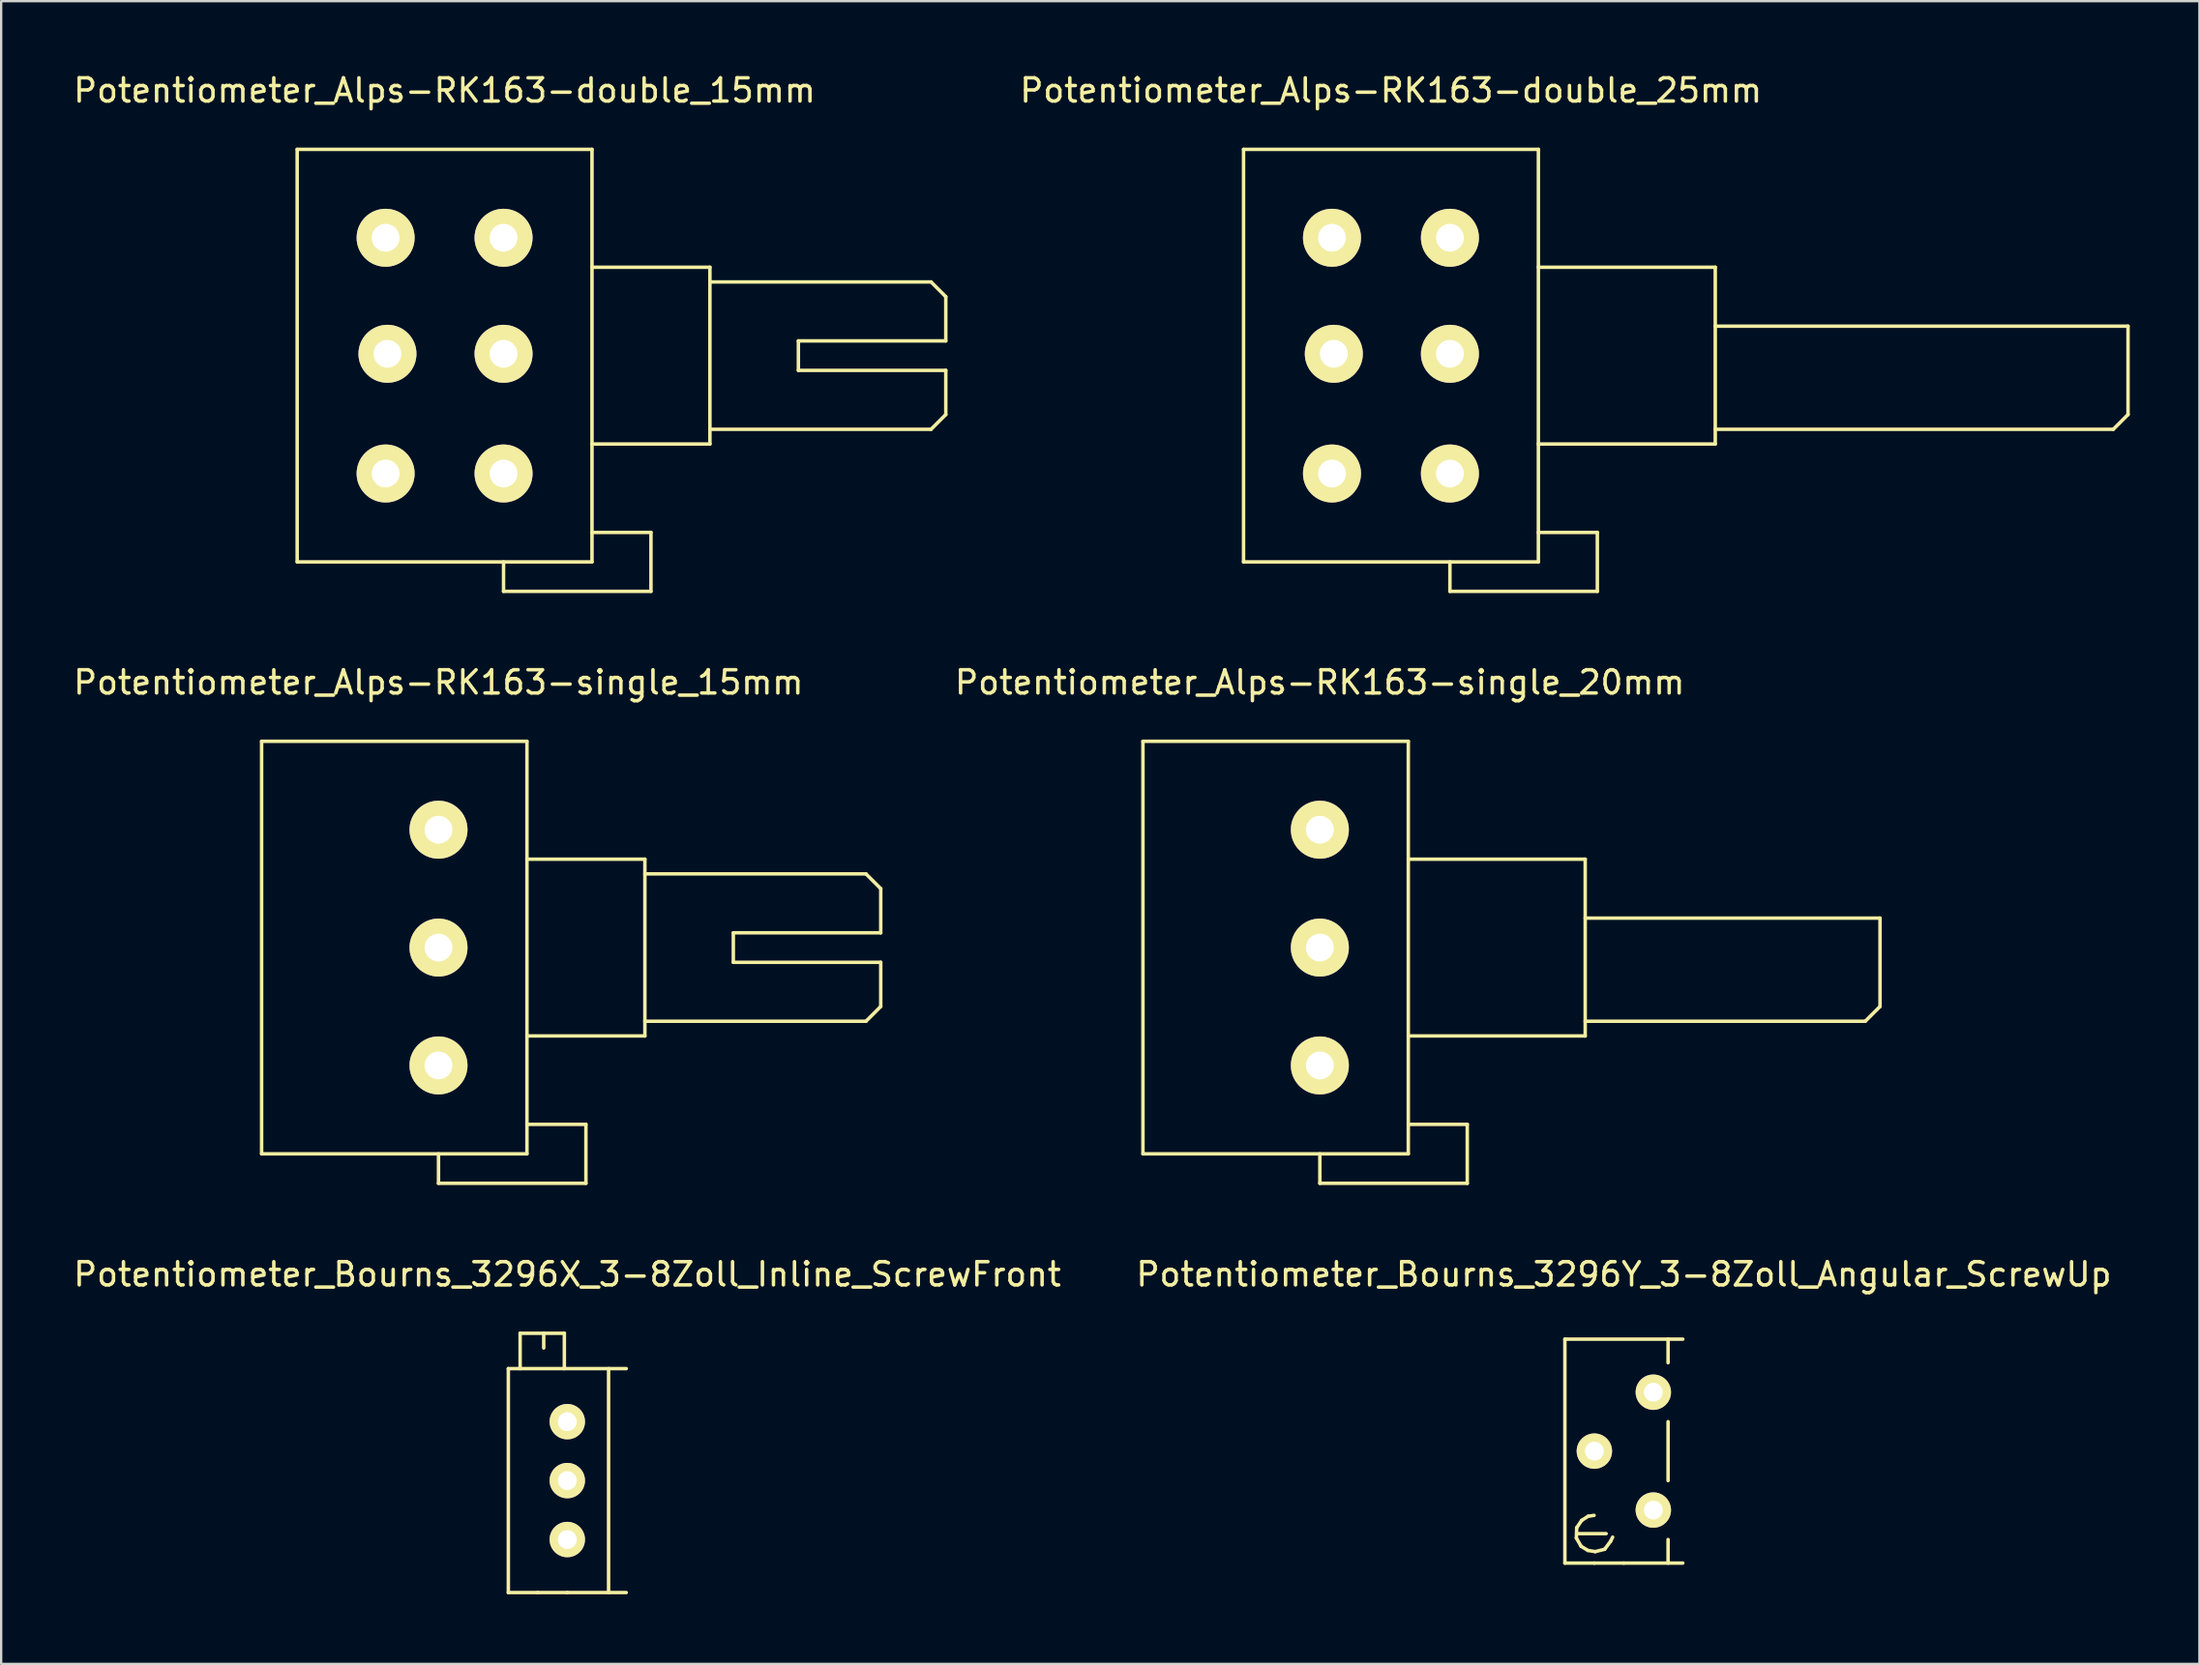
<source format=kicad_pcb>
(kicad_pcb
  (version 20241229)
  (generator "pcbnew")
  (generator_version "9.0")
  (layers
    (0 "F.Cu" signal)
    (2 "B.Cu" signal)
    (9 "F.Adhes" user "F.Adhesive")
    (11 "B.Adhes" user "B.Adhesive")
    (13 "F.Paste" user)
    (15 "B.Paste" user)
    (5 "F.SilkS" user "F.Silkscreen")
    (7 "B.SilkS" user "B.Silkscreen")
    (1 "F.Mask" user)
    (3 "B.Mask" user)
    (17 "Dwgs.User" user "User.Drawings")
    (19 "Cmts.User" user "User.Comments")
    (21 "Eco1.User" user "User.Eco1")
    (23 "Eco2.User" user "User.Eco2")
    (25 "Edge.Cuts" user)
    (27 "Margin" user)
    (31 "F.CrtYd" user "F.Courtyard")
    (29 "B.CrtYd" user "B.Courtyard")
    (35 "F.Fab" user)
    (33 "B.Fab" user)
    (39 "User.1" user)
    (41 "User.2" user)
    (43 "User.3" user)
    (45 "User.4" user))
  (footprint "Potentiometer_Bourns_3296X_3-8Zoll_Inline_ScrewFront"
    (layer "F.Cu")
    (at 21.387 63.305)
    (property "Reference" "Potentiometer_Bourns_3296X_3-8Zoll_Inline_ScrewFront" (at 0 -11.43 0) (layer "F.SilkS") (effects (font (size 1 1) (thickness 0.15))))
    (attr through_hole)
    (fp_line (start -2.54 -7.366) (end 2.54 -7.366) (stroke (width 0.15) (type solid)) (layer "F.SilkS"))
    (fp_line (start -2.54 2.286) (end -2.54 -7.366) (stroke (width 0.15) (type solid)) (layer "F.SilkS"))
    (fp_line (start -2.032 -8.89) (end -0.127 -8.89) (stroke (width 0.15) (type solid)) (layer "F.SilkS"))
    (fp_line (start -2.032 -7.366) (end -2.032 -8.89) (stroke (width 0.15) (type solid)) (layer "F.SilkS"))
    (fp_line (start -1.27 2.286) (end -2.54 2.286) (stroke (width 0.15) (type solid)) (layer "F.SilkS"))
    (fp_line (start -1.016 -8.89) (end -1.016 -8.255) (stroke (width 0.15) (type solid)) (layer "F.SilkS"))
    (fp_line (start -0.127 -8.89) (end -0.127 -7.366) (stroke (width 0.15) (type solid)) (layer "F.SilkS"))
    (fp_line (start 0 2.286) (end -1.27 2.286) (stroke (width 0.15) (type solid)) (layer "F.SilkS"))
    (fp_line (start 1.778 -7.366) (end 1.778 2.286) (stroke (width 0.15) (type solid)) (layer "F.SilkS"))
    (fp_line (start 2.54 2.286) (end 0 2.286) (stroke (width 0.15) (type solid)) (layer "F.SilkS"))
    (pad "1" thru_hole circle (at 0 0) (size 1.524 1.524) (drill 0.813) (layers "*.Cu" "*.Mask" "F.SilkS"))
    (pad "2" thru_hole circle (at 0 -2.54) (size 1.524 1.524) (drill 0.813) (layers "*.Cu" "*.Mask" "F.SilkS"))
    (pad "3" thru_hole circle (at 0 -5.08) (size 1.524 1.524) (drill 0.813) (layers "*.Cu" "*.Mask" "F.SilkS")))
  (footprint "Potentiometer_Alps-RK163-single_15mm"
    (layer "F.Cu")
    (at 15.839 42.871)
    (property "Reference" "Potentiometer_Alps-RK163-single_15mm" (at 0 -16.51 0) (layer "F.SilkS") (effects (font (size 1 1) (thickness 0.15))))
    (attr through_hole)
    (fp_line (start -7.62 -13.97) (end 3.81 -13.97) (stroke (width 0.15) (type solid)) (layer "F.SilkS"))
    (fp_line (start -7.62 3.81) (end -7.62 -13.97) (stroke (width 0.15) (type solid)) (layer "F.SilkS"))
    (fp_line (start 0 5.08) (end 0 3.81) (stroke (width 0.15) (type solid)) (layer "F.SilkS"))
    (fp_line (start 0 5.08) (end 6.35 5.08) (stroke (width 0.15) (type solid)) (layer "F.SilkS"))
    (fp_line (start 3.81 -13.97) (end 3.81 3.81) (stroke (width 0.15) (type solid)) (layer "F.SilkS"))
    (fp_line (start 3.81 -8.89) (end 8.89 -8.89) (stroke (width 0.15) (type solid)) (layer "F.SilkS"))
    (fp_line (start 3.81 3.81) (end -7.62 3.81) (stroke (width 0.15) (type solid)) (layer "F.SilkS"))
    (fp_line (start 6.35 2.54) (end 3.81 2.54) (stroke (width 0.15) (type solid)) (layer "F.SilkS"))
    (fp_line (start 6.35 5.08) (end 6.35 2.54) (stroke (width 0.15) (type solid)) (layer "F.SilkS"))
    (fp_line (start 8.89 -8.89) (end 8.89 -1.27) (stroke (width 0.15) (type solid)) (layer "F.SilkS"))
    (fp_line (start 8.89 -8.255) (end 18.415 -8.255) (stroke (width 0.15) (type solid)) (layer "F.SilkS"))
    (fp_line (start 8.89 -1.27) (end 3.81 -1.27) (stroke (width 0.15) (type solid)) (layer "F.SilkS"))
    (fp_line (start 12.7 -5.715) (end 12.7 -4.445) (stroke (width 0.15) (type solid)) (layer "F.SilkS"))
    (fp_line (start 12.7 -4.445) (end 19.05 -4.445) (stroke (width 0.15) (type solid)) (layer "F.SilkS"))
    (fp_line (start 18.415 -8.255) (end 19.05 -7.62) (stroke (width 0.15) (type solid)) (layer "F.SilkS"))
    (fp_line (start 18.415 -1.905) (end 8.89 -1.905) (stroke (width 0.15) (type solid)) (layer "F.SilkS"))
    (fp_line (start 19.05 -5.715) (end 12.7 -5.715) (stroke (width 0.15) (type solid)) (layer "F.SilkS"))
    (fp_line (start 19.05 -5.715) (end 19.05 -7.62) (stroke (width 0.15) (type solid)) (layer "F.SilkS"))
    (fp_line (start 19.05 -2.54) (end 18.415 -1.905) (stroke (width 0.15) (type solid)) (layer "F.SilkS"))
    (fp_line (start 19.05 -2.54) (end 19.05 -4.445) (stroke (width 0.15) (type solid)) (layer "F.SilkS"))
    (pad "1" thru_hole circle (at 0 0) (size 2.499 2.499) (drill 1.199) (layers "*.Cu" "*.Mask" "F.SilkS"))
    (pad "2" thru_hole circle (at 0 -5.08) (size 2.499 2.499) (drill 1.199) (layers "*.Cu" "*.Mask" "F.SilkS"))
    (pad "3" thru_hole circle (at 0 -10.16) (size 2.499 2.499) (drill 1.199) (layers "*.Cu" "*.Mask" "F.SilkS")))
  (footprint "Potentiometer_Bourns_3296Y_3-8Zoll_Angular_ScrewUp"
    (layer "F.Cu")
    (at 68.169 62.035)
    (property "Reference" "Potentiometer_Bourns_3296Y_3-8Zoll_Angular_ScrewUp" (at -1.27 -10.16 0) (layer "F.SilkS") (effects (font (size 1 1) (thickness 0.15))))
    (attr through_hole)
    (fp_line (start -3.81 -7.366) (end 1.27 -7.366) (stroke (width 0.15) (type solid)) (layer "F.SilkS"))
    (fp_line (start -3.81 2.286) (end -3.81 -7.366) (stroke (width 0.15) (type solid)) (layer "F.SilkS"))
    (fp_line (start -3.315 1.206) (end -3.111 1.562) (stroke (width 0.15) (type solid)) (layer "F.SilkS"))
    (fp_line (start -3.302 0.762) (end -3.315 1.206) (stroke (width 0.15) (type solid)) (layer "F.SilkS"))
    (fp_line (start -3.302 1.016) (end -2.032 1.016) (stroke (width 0.15) (type solid)) (layer "F.SilkS"))
    (fp_line (start -3.111 1.562) (end -2.819 1.74) (stroke (width 0.15) (type solid)) (layer "F.SilkS"))
    (fp_line (start -3.086 0.445) (end -3.302 0.762) (stroke (width 0.15) (type solid)) (layer "F.SilkS"))
    (fp_line (start -2.819 1.74) (end -2.502 1.791) (stroke (width 0.15) (type solid)) (layer "F.SilkS"))
    (fp_line (start -2.807 0.267) (end -3.086 0.445) (stroke (width 0.15) (type solid)) (layer "F.SilkS"))
    (fp_line (start -2.553 0.229) (end -2.807 0.267) (stroke (width 0.15) (type solid)) (layer "F.SilkS"))
    (fp_line (start -2.54 2.286) (end -3.81 2.286) (stroke (width 0.15) (type solid)) (layer "F.SilkS"))
    (fp_line (start -2.502 1.791) (end -2.095 1.689) (stroke (width 0.15) (type solid)) (layer "F.SilkS"))
    (fp_line (start -2.095 1.689) (end -1.841 1.346) (stroke (width 0.15) (type solid)) (layer "F.SilkS"))
    (fp_line (start -1.841 1.346) (end -1.753 1.168) (stroke (width 0.15) (type solid)) (layer "F.SilkS"))
    (fp_line (start -1.27 2.286) (end -2.54 2.286) (stroke (width 0.15) (type solid)) (layer "F.SilkS"))
    (fp_line (start 0.635 -7.366) (end 0.635 -6.35) (stroke (width 0.15) (type solid)) (layer "F.SilkS"))
    (fp_line (start 0.635 -3.81) (end 0.635 -1.27) (stroke (width 0.15) (type solid)) (layer "F.SilkS"))
    (fp_line (start 0.635 1.27) (end 0.635 2.286) (stroke (width 0.15) (type solid)) (layer "F.SilkS"))
    (fp_line (start 1.27 2.286) (end -1.27 2.286) (stroke (width 0.15) (type solid)) (layer "F.SilkS"))
    (pad "1" thru_hole circle (at 0 0) (size 1.524 1.524) (drill 0.813) (layers "*.Cu" "*.Mask" "F.SilkS"))
    (pad "2" thru_hole circle (at -2.54 -2.54) (size 1.524 1.524) (drill 0.813) (layers "*.Cu" "*.Mask" "F.SilkS"))
    (pad "3" thru_hole circle (at 0 -5.08) (size 1.524 1.524) (drill 0.813) (layers "*.Cu" "*.Mask" "F.SilkS")))
  (footprint "Potentiometer_Alps-RK163-double_25mm"
    (layer "F.Cu")
    (at 59.407 17.358)
    (property "Reference" "Potentiometer_Alps-RK163-double_25mm" (at -2.54 -16.51 0) (layer "F.SilkS") (effects (font (size 1 1) (thickness 0.15))))
    (attr through_hole)
    (fp_line (start -8.89 3.81) (end -8.89 -13.97) (stroke (width 0.15) (type solid)) (layer "F.SilkS"))
    (fp_line (start 0 5.08) (end 0 3.81) (stroke (width 0.15) (type solid)) (layer "F.SilkS"))
    (fp_line (start 3.81 -13.97) (end -8.89 -13.97) (stroke (width 0.15) (type solid)) (layer "F.SilkS"))
    (fp_line (start 3.81 -13.97) (end 3.81 3.81) (stroke (width 0.15) (type solid)) (layer "F.SilkS"))
    (fp_line (start 3.81 2.54) (end 6.35 2.54) (stroke (width 0.15) (type solid)) (layer "F.SilkS"))
    (fp_line (start 3.81 3.81) (end -8.89 3.81) (stroke (width 0.15) (type solid)) (layer "F.SilkS"))
    (fp_line (start 6.35 2.54) (end 6.35 5.08) (stroke (width 0.15) (type solid)) (layer "F.SilkS"))
    (fp_line (start 6.35 5.08) (end 0 5.08) (stroke (width 0.15) (type solid)) (layer "F.SilkS"))
    (fp_line (start 11.43 -8.89) (end 3.81 -8.89) (stroke (width 0.15) (type solid)) (layer "F.SilkS"))
    (fp_line (start 11.43 -8.89) (end 11.43 -1.27) (stroke (width 0.15) (type solid)) (layer "F.SilkS"))
    (fp_line (start 11.43 -1.27) (end 3.81 -1.27) (stroke (width 0.15) (type solid)) (layer "F.SilkS"))
    (fp_line (start 28.575 -1.905) (end 11.43 -1.905) (stroke (width 0.15) (type solid)) (layer "F.SilkS"))
    (fp_line (start 29.21 -6.35) (end 11.43 -6.35) (stroke (width 0.15) (type solid)) (layer "F.SilkS"))
    (fp_line (start 29.21 -6.35) (end 29.21 -2.54) (stroke (width 0.15) (type solid)) (layer "F.SilkS"))
    (fp_line (start 29.21 -2.54) (end 28.575 -1.905) (stroke (width 0.15) (type solid)) (layer "F.SilkS"))
    (pad "11" thru_hole circle (at 0 0) (size 2.499 2.499) (drill 1.199) (layers "*.Cu" "*.Mask" "F.SilkS"))
    (pad "12" thru_hole circle (at 0 -5.159) (size 2.499 2.499) (drill 1.199) (layers "*.Cu" "*.Mask" "F.SilkS"))
    (pad "13" thru_hole circle (at 0 -10.16) (size 2.499 2.499) (drill 1.199) (layers "*.Cu" "*.Mask" "F.SilkS"))
    (pad "21" thru_hole circle (at -5.08 0) (size 2.499 2.499) (drill 1.199) (layers "*.Cu" "*.Mask" "F.SilkS"))
    (pad "22" thru_hole circle (at -5.001 -5.159) (size 2.499 2.499) (drill 1.199) (layers "*.Cu" "*.Mask" "F.SilkS"))
    (pad "23" thru_hole circle (at -5.08 -10.16) (size 2.499 2.499) (drill 1.199) (layers "*.Cu" "*.Mask" "F.SilkS")))
  (footprint "Potentiometer_Alps-RK163-single_20mm"
    (layer "F.Cu")
    (at 53.804 42.871)
    (property "Reference" "Potentiometer_Alps-RK163-single_20mm" (at 0 -16.51 0) (layer "F.SilkS") (effects (font (size 1 1) (thickness 0.15))))
    (attr through_hole)
    (fp_line (start -7.62 -13.97) (end 3.81 -13.97) (stroke (width 0.15) (type solid)) (layer "F.SilkS"))
    (fp_line (start -7.62 3.81) (end -7.62 -13.97) (stroke (width 0.15) (type solid)) (layer "F.SilkS"))
    (fp_line (start 0 5.08) (end 0 3.81) (stroke (width 0.15) (type solid)) (layer "F.SilkS"))
    (fp_line (start 0 5.08) (end 6.35 5.08) (stroke (width 0.15) (type solid)) (layer "F.SilkS"))
    (fp_line (start 3.81 -13.97) (end 3.81 3.81) (stroke (width 0.15) (type solid)) (layer "F.SilkS"))
    (fp_line (start 3.81 -1.27) (end 11.43 -1.27) (stroke (width 0.15) (type solid)) (layer "F.SilkS"))
    (fp_line (start 3.81 3.81) (end -7.62 3.81) (stroke (width 0.15) (type solid)) (layer "F.SilkS"))
    (fp_line (start 6.35 2.54) (end 3.81 2.54) (stroke (width 0.15) (type solid)) (layer "F.SilkS"))
    (fp_line (start 6.35 5.08) (end 6.35 2.54) (stroke (width 0.15) (type solid)) (layer "F.SilkS"))
    (fp_line (start 11.43 -8.89) (end 3.81 -8.89) (stroke (width 0.15) (type solid)) (layer "F.SilkS"))
    (fp_line (start 11.43 -1.27) (end 11.43 -8.89) (stroke (width 0.15) (type solid)) (layer "F.SilkS"))
    (fp_line (start 23.495 -1.905) (end 11.43 -1.905) (stroke (width 0.15) (type solid)) (layer "F.SilkS"))
    (fp_line (start 24.13 -6.35) (end 11.43 -6.35) (stroke (width 0.15) (type solid)) (layer "F.SilkS"))
    (fp_line (start 24.13 -2.54) (end 23.495 -1.905) (stroke (width 0.15) (type solid)) (layer "F.SilkS"))
    (fp_line (start 24.13 -2.54) (end 24.13 -6.35) (stroke (width 0.15) (type solid)) (layer "F.SilkS"))
    (pad "1" thru_hole circle (at 0 0) (size 2.499 2.499) (drill 1.199) (layers "*.Cu" "*.Mask" "F.SilkS"))
    (pad "2" thru_hole circle (at 0 -5.08) (size 2.499 2.499) (drill 1.199) (layers "*.Cu" "*.Mask" "F.SilkS"))
    (pad "3" thru_hole circle (at 0 -10.16) (size 2.499 2.499) (drill 1.199) (layers "*.Cu" "*.Mask" "F.SilkS")))
  (footprint "Potentiometer_Alps-RK163-double_15mm"
    (layer "F.Cu")
    (at 18.641 17.358)
    (property "Reference" "Potentiometer_Alps-RK163-double_15mm" (at -2.54 -16.51 0) (layer "F.SilkS") (effects (font (size 1 1) (thickness 0.15))))
    (attr through_hole)
    (fp_line (start -8.89 3.81) (end -8.89 -13.97) (stroke (width 0.15) (type solid)) (layer "F.SilkS"))
    (fp_line (start 0 5.08) (end 0 3.81) (stroke (width 0.15) (type solid)) (layer "F.SilkS"))
    (fp_line (start 3.81 -13.97) (end -8.89 -13.97) (stroke (width 0.15) (type solid)) (layer "F.SilkS"))
    (fp_line (start 3.81 -13.97) (end 3.81 3.81) (stroke (width 0.15) (type solid)) (layer "F.SilkS"))
    (fp_line (start 3.81 -1.27) (end 8.89 -1.27) (stroke (width 0.15) (type solid)) (layer "F.SilkS"))
    (fp_line (start 3.81 2.54) (end 6.35 2.54) (stroke (width 0.15) (type solid)) (layer "F.SilkS"))
    (fp_line (start 3.81 3.81) (end -8.89 3.81) (stroke (width 0.15) (type solid)) (layer "F.SilkS"))
    (fp_line (start 6.35 2.54) (end 6.35 5.08) (stroke (width 0.15) (type solid)) (layer "F.SilkS"))
    (fp_line (start 6.35 5.08) (end 0 5.08) (stroke (width 0.15) (type solid)) (layer "F.SilkS"))
    (fp_line (start 8.89 -8.89) (end 3.81 -8.89) (stroke (width 0.15) (type solid)) (layer "F.SilkS"))
    (fp_line (start 8.89 -8.255) (end 18.415 -8.255) (stroke (width 0.15) (type solid)) (layer "F.SilkS"))
    (fp_line (start 8.89 -1.27) (end 8.89 -8.89) (stroke (width 0.15) (type solid)) (layer "F.SilkS"))
    (fp_line (start 12.7 -5.715) (end 19.05 -5.715) (stroke (width 0.15) (type solid)) (layer "F.SilkS"))
    (fp_line (start 12.7 -4.445) (end 12.7 -5.715) (stroke (width 0.15) (type solid)) (layer "F.SilkS"))
    (fp_line (start 12.7 -4.445) (end 19.05 -4.445) (stroke (width 0.15) (type solid)) (layer "F.SilkS"))
    (fp_line (start 18.415 -8.255) (end 19.05 -7.62) (stroke (width 0.15) (type solid)) (layer "F.SilkS"))
    (fp_line (start 18.415 -1.905) (end 8.89 -1.905) (stroke (width 0.15) (type solid)) (layer "F.SilkS"))
    (fp_line (start 19.05 -5.715) (end 19.05 -7.62) (stroke (width 0.15) (type solid)) (layer "F.SilkS"))
    (fp_line (start 19.05 -4.445) (end 19.05 -2.54) (stroke (width 0.15) (type solid)) (layer "F.SilkS"))
    (fp_line (start 19.05 -2.54) (end 18.415 -1.905) (stroke (width 0.15) (type solid)) (layer "F.SilkS"))
    (pad "11" thru_hole circle (at 0 0) (size 2.499 2.499) (drill 1.199) (layers "*.Cu" "*.Mask" "F.SilkS"))
    (pad "12" thru_hole circle (at 0 -5.159) (size 2.499 2.499) (drill 1.199) (layers "*.Cu" "*.Mask" "F.SilkS"))
    (pad "13" thru_hole circle (at 0 -10.16) (size 2.499 2.499) (drill 1.199) (layers "*.Cu" "*.Mask" "F.SilkS"))
    (pad "21" thru_hole circle (at -5.08 0) (size 2.499 2.499) (drill 1.199) (layers "*.Cu" "*.Mask" "F.SilkS"))
    (pad "22" thru_hole circle (at -5.001 -5.159) (size 2.499 2.499) (drill 1.199) (layers "*.Cu" "*.Mask" "F.SilkS"))
    (pad "23" thru_hole circle (at -5.08 -10.16) (size 2.499 2.499) (drill 1.199) (layers "*.Cu" "*.Mask" "F.SilkS")))
  (gr_rect
    (start -3 -3)
    (end 91.692 68.666)
    (stroke (width 0.1) (type default))
    (fill no)
    (layer "Edge.Cuts")))
</source>
